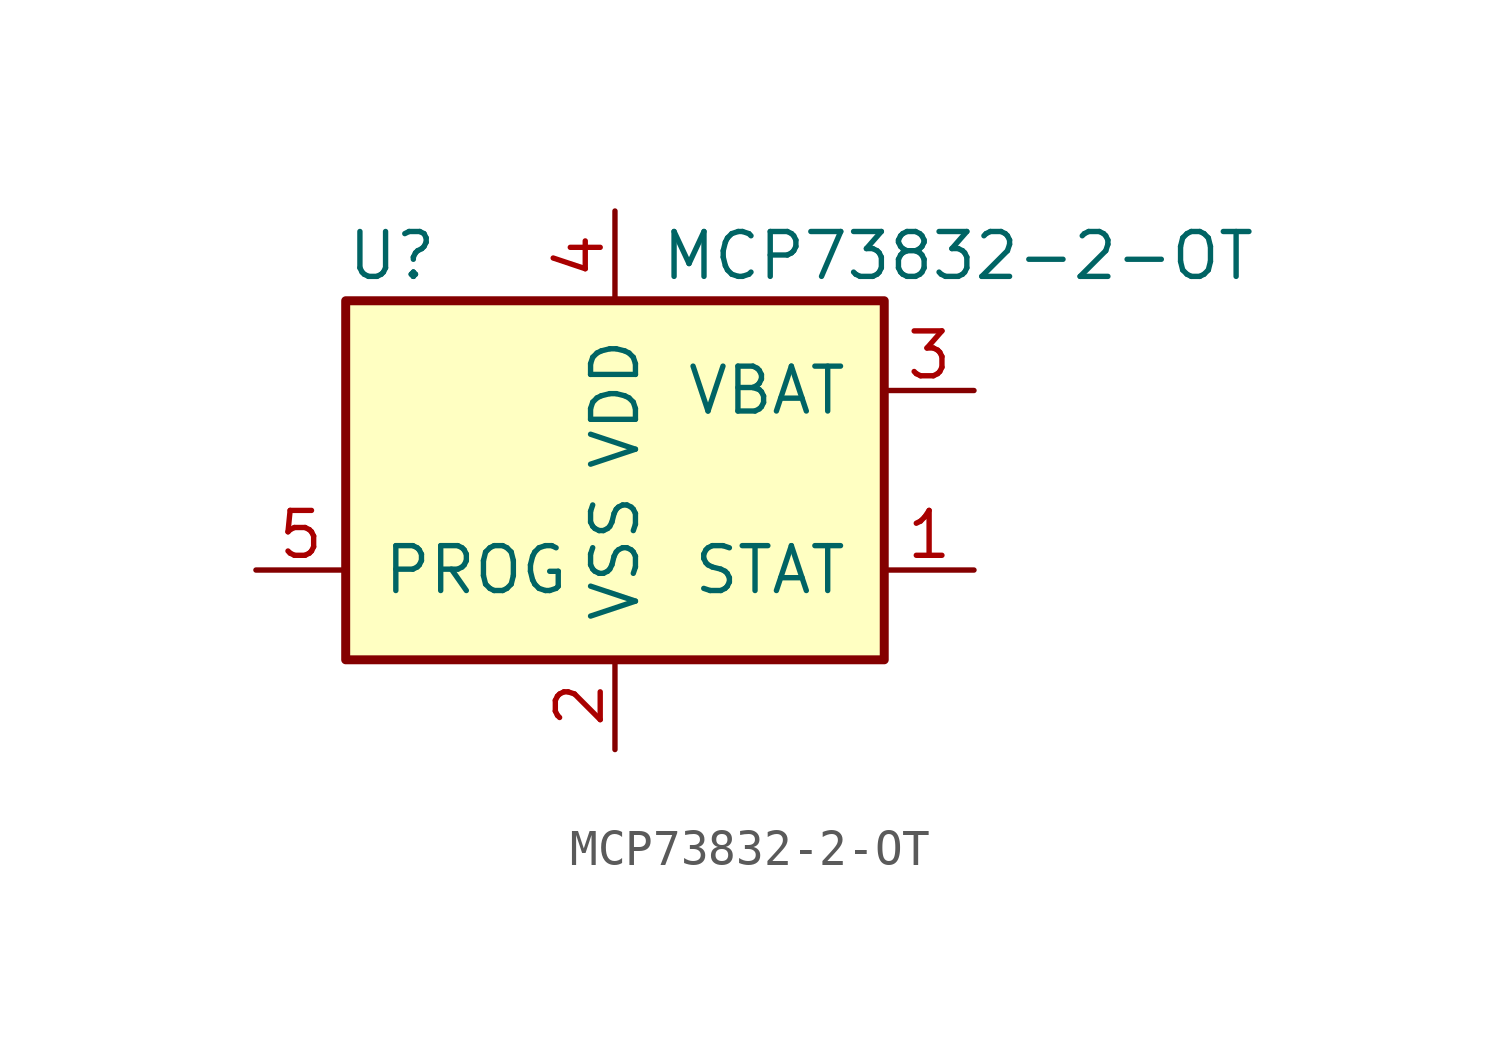
<source format=kicad_sym>
(kicad_symbol_lib
  (version 20211014)
  (generator kicad_symbol_editor)
  (symbol "MCP73832-2-OT"
    (pin_names
      (offset 1.016))
    (property "Reference" "U"
      (at -7.62 6.35 0)
      (effects (font (size 1.27 1.27)) (justify left)))
    (property "Value" "MCP73832-2-OT"
      (at 1.27 6.35 0)
      (effects (font (size 1.27 1.27)) (justify left)))
    (symbol "MCP73832-2-OT_0_1"
      (rectangle (start -7.62 5.08) (end 7.62 -5.08) (stroke (width 0.254) (type default) (color 0 0 0 0)) (fill (type background))))
    (symbol "MCP73832-2-OT_1_1"
      (pin output line (at 10.16 -2.54 180) (length 2.54) (name "STAT" (effects (font (size 1.27 1.27)))) (number "1" (effects (font (size 1.27 1.27)))))
      (pin power_in line (at 0 -7.62 90) (length 2.54) (name "VSS" (effects (font (size 1.27 1.27)))) (number "2" (effects (font (size 1.27 1.27)))))
      (pin power_out line (at 10.16 2.54 180) (length 2.54) (name "VBAT" (effects (font (size 1.27 1.27)))) (number "3" (effects (font (size 1.27 1.27)))))
      (pin power_in line (at 0 7.62 270) (length 2.54) (name "VDD" (effects (font (size 1.27 1.27)))) (number "4" (effects (font (size 1.27 1.27)))))
      (pin input line (at -10.16 -2.54 0) (length 2.54) (name "PROG" (effects (font (size 1.27 1.27)))) (number "5" (effects (font (size 1.27 1.27))))))))
</source>
